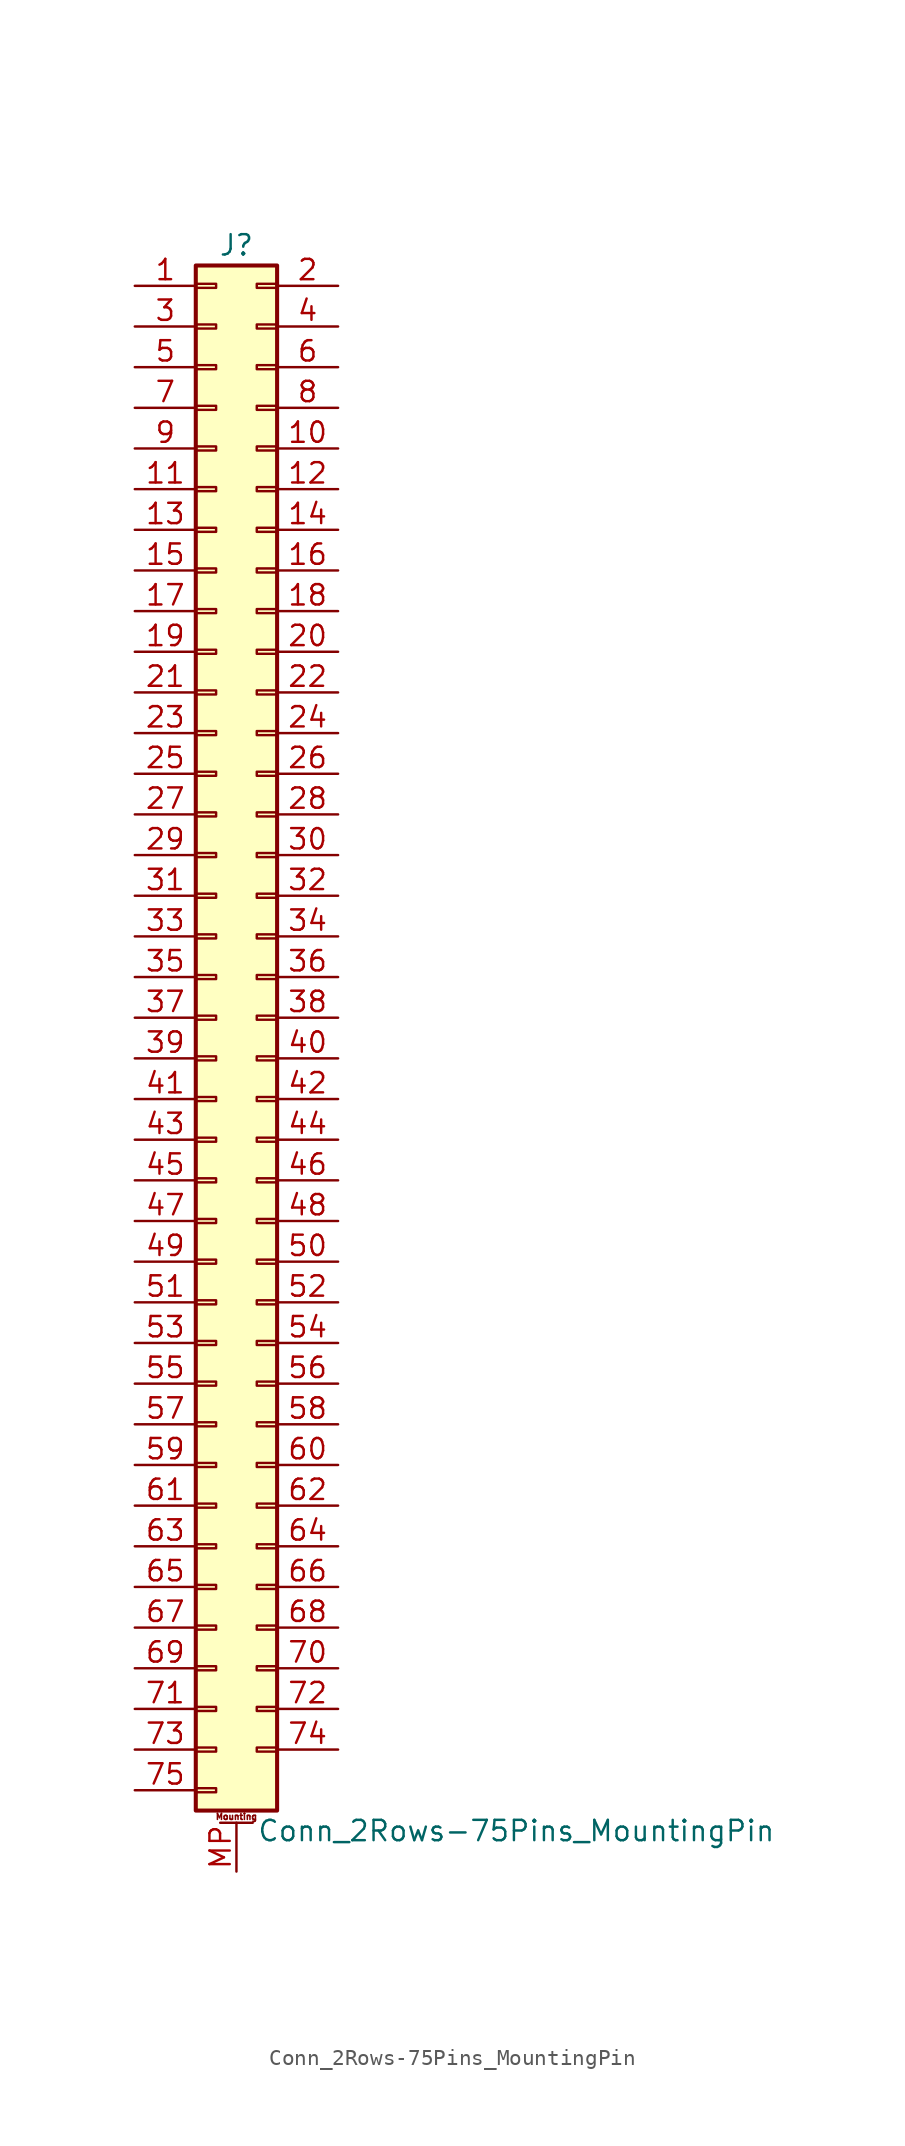
<source format=kicad_sym>
(kicad_symbol_lib
  (version 20200908)
  (generator kicad_symbol_editor)
  (symbol "Connector_Generic_MountingPin:Conn_2Rows-75Pins_MountingPin"
    (pin_names
      (offset 1.016) hide)
    (property "Reference" "J"
      (at 1.27 48.26 0)
      (effects (font (size 1.27 1.27))))
    (property "Value" "Conn_2Rows-75Pins_MountingPin"
      (at 2.54 -50.8 0)
      (effects (font (size 1.27 1.27)) (justify left)))
    (symbol "Conn_2Rows-75Pins_MountingPin_1_1"
      (text "Mounting" (at 1.27 -49.911 0) (effects (font (size 0.381 0.381))))
      (rectangle (start -1.27 -27.813) (end 0 -28.067) (stroke (width 0.152)) (fill (type none)))
      (rectangle (start -1.27 -30.353) (end 0 -30.607) (stroke (width 0.152)) (fill (type none)))
      (rectangle (start -1.27 -32.893) (end 0 -33.147) (stroke (width 0.152)) (fill (type none)))
      (rectangle (start -1.27 -35.433) (end 0 -35.687) (stroke (width 0.152)) (fill (type none)))
      (rectangle (start -1.27 -37.973) (end 0 -38.227) (stroke (width 0.152)) (fill (type none)))
      (rectangle (start -1.27 -40.513) (end 0 -40.767) (stroke (width 0.152)) (fill (type none)))
      (rectangle (start -1.27 -43.053) (end 0 -43.307) (stroke (width 0.152)) (fill (type none)))
      (rectangle (start -1.27 -45.593) (end 0 -45.847) (stroke (width 0.152)) (fill (type none)))
      (rectangle (start -1.27 -48.133) (end 0 -48.387) (stroke (width 0.152)) (fill (type none)))
      (rectangle (start -1.27 -4.953) (end 0 -5.207) (stroke (width 0.152)) (fill (type none)))
      (rectangle (start -1.27 -7.493) (end 0 -7.747) (stroke (width 0.152)) (fill (type none)))
      (rectangle (start -1.27 -10.033) (end 0 -10.287) (stroke (width 0.152)) (fill (type none)))
      (rectangle (start -1.27 -12.573) (end 0 -12.827) (stroke (width 0.152)) (fill (type none)))
      (rectangle (start -1.27 -15.113) (end 0 -15.367) (stroke (width 0.152)) (fill (type none)))
      (rectangle (start -1.27 -17.653) (end 0 -17.907) (stroke (width 0.152)) (fill (type none)))
      (rectangle (start -1.27 -20.193) (end 0 -20.447) (stroke (width 0.152)) (fill (type none)))
      (rectangle (start -1.27 -22.733) (end 0 -22.987) (stroke (width 0.152)) (fill (type none)))
      (rectangle (start -1.27 -2.413) (end 0 -2.667) (stroke (width 0.152)) (fill (type none)))
      (rectangle (start -1.27 -25.273) (end 0 -25.527) (stroke (width 0.152)) (fill (type none)))
      (rectangle (start -1.27 25.527) (end 0 25.273) (stroke (width 0.152)) (fill (type none)))
      (rectangle (start -1.27 2.667) (end 0 2.413) (stroke (width 0.152)) (fill (type none)))
      (rectangle (start -1.27 28.067) (end 0 27.813) (stroke (width 0.152)) (fill (type none)))
      (rectangle (start -1.27 30.607) (end 0 30.353) (stroke (width 0.152)) (fill (type none)))
      (rectangle (start -1.27 33.147) (end 0 32.893) (stroke (width 0.152)) (fill (type none)))
      (rectangle (start -1.27 35.687) (end 0 35.433) (stroke (width 0.152)) (fill (type none)))
      (rectangle (start -1.27 38.227) (end 0 37.973) (stroke (width 0.152)) (fill (type none)))
      (rectangle (start -1.27 40.767) (end 0 40.513) (stroke (width 0.152)) (fill (type none)))
      (rectangle (start -1.27 43.307) (end 0 43.053) (stroke (width 0.152)) (fill (type none)))
      (rectangle (start -1.27 45.847) (end 0 45.593) (stroke (width 0.152)) (fill (type none)))
      (rectangle (start -1.27 46.99) (end 3.81 -49.53) (stroke (width 0.254)) (fill (type background)))
      (rectangle (start -1.27 5.207) (end 0 4.953) (stroke (width 0.152)) (fill (type none)))
      (rectangle (start -1.27 7.747) (end 0 7.493) (stroke (width 0.152)) (fill (type none)))
      (rectangle (start -1.27 10.287) (end 0 10.033) (stroke (width 0.152)) (fill (type none)))
      (rectangle (start -1.27 0.127) (end 0 -0.127) (stroke (width 0.152)) (fill (type none)))
      (rectangle (start -1.27 12.827) (end 0 12.573) (stroke (width 0.152)) (fill (type none)))
      (rectangle (start -1.27 15.367) (end 0 15.113) (stroke (width 0.152)) (fill (type none)))
      (rectangle (start -1.27 17.907) (end 0 17.653) (stroke (width 0.152)) (fill (type none)))
      (rectangle (start -1.27 20.447) (end 0 20.193) (stroke (width 0.152)) (fill (type none)))
      (rectangle (start -1.27 22.987) (end 0 22.733) (stroke (width 0.152)) (fill (type none)))
      (rectangle (start 3.81 -27.813) (end 2.54 -28.067) (stroke (width 0.152)) (fill (type none)))
      (rectangle (start 3.81 -30.353) (end 2.54 -30.607) (stroke (width 0.152)) (fill (type none)))
      (rectangle (start 3.81 -32.893) (end 2.54 -33.147) (stroke (width 0.152)) (fill (type none)))
      (rectangle (start 3.81 -35.433) (end 2.54 -35.687) (stroke (width 0.152)) (fill (type none)))
      (rectangle (start 3.81 -37.973) (end 2.54 -38.227) (stroke (width 0.152)) (fill (type none)))
      (rectangle (start 3.81 -40.513) (end 2.54 -40.767) (stroke (width 0.152)) (fill (type none)))
      (rectangle (start 3.81 -43.053) (end 2.54 -43.307) (stroke (width 0.152)) (fill (type none)))
      (rectangle (start 3.81 -45.593) (end 2.54 -45.847) (stroke (width 0.152)) (fill (type none)))
      (rectangle (start 3.81 -4.953) (end 2.54 -5.207) (stroke (width 0.152)) (fill (type none)))
      (rectangle (start 3.81 -7.493) (end 2.54 -7.747) (stroke (width 0.152)) (fill (type none)))
      (rectangle (start 3.81 -10.033) (end 2.54 -10.287) (stroke (width 0.152)) (fill (type none)))
      (rectangle (start 3.81 -12.573) (end 2.54 -12.827) (stroke (width 0.152)) (fill (type none)))
      (rectangle (start 3.81 -15.113) (end 2.54 -15.367) (stroke (width 0.152)) (fill (type none)))
      (rectangle (start 3.81 -17.653) (end 2.54 -17.907) (stroke (width 0.152)) (fill (type none)))
      (rectangle (start 3.81 -20.193) (end 2.54 -20.447) (stroke (width 0.152)) (fill (type none)))
      (rectangle (start 3.81 -22.733) (end 2.54 -22.987) (stroke (width 0.152)) (fill (type none)))
      (rectangle (start 3.81 -2.413) (end 2.54 -2.667) (stroke (width 0.152)) (fill (type none)))
      (rectangle (start 3.81 -25.273) (end 2.54 -25.527) (stroke (width 0.152)) (fill (type none)))
      (rectangle (start 3.81 25.527) (end 2.54 25.273) (stroke (width 0.152)) (fill (type none)))
      (rectangle (start 3.81 2.667) (end 2.54 2.413) (stroke (width 0.152)) (fill (type none)))
      (rectangle (start 3.81 28.067) (end 2.54 27.813) (stroke (width 0.152)) (fill (type none)))
      (rectangle (start 3.81 30.607) (end 2.54 30.353) (stroke (width 0.152)) (fill (type none)))
      (rectangle (start 3.81 33.147) (end 2.54 32.893) (stroke (width 0.152)) (fill (type none)))
      (rectangle (start 3.81 35.687) (end 2.54 35.433) (stroke (width 0.152)) (fill (type none)))
      (rectangle (start 3.81 38.227) (end 2.54 37.973) (stroke (width 0.152)) (fill (type none)))
      (rectangle (start 3.81 40.767) (end 2.54 40.513) (stroke (width 0.152)) (fill (type none)))
      (rectangle (start 3.81 43.307) (end 2.54 43.053) (stroke (width 0.152)) (fill (type none)))
      (rectangle (start 3.81 45.847) (end 2.54 45.593) (stroke (width 0.152)) (fill (type none)))
      (rectangle (start 3.81 5.207) (end 2.54 4.953) (stroke (width 0.152)) (fill (type none)))
      (rectangle (start 3.81 7.747) (end 2.54 7.493) (stroke (width 0.152)) (fill (type none)))
      (rectangle (start 3.81 10.287) (end 2.54 10.033) (stroke (width 0.152)) (fill (type none)))
      (rectangle (start 3.81 0.127) (end 2.54 -0.127) (stroke (width 0.152)) (fill (type none)))
      (rectangle (start 3.81 12.827) (end 2.54 12.573) (stroke (width 0.152)) (fill (type none)))
      (rectangle (start 3.81 15.367) (end 2.54 15.113) (stroke (width 0.152)) (fill (type none)))
      (rectangle (start 3.81 17.907) (end 2.54 17.653) (stroke (width 0.152)) (fill (type none)))
      (rectangle (start 3.81 20.447) (end 2.54 20.193) (stroke (width 0.152)) (fill (type none)))
      (rectangle (start 3.81 22.987) (end 2.54 22.733) (stroke (width 0.152)) (fill (type none)))
      (polyline (pts (xy 0.254 -50.292) (xy 2.286 -50.292)) (stroke (width 0.152)) (fill (type none)))
      (pin passive line (at 1.27 -53.34 90) (length 3.048) (name "MountPin" (effects (font (size 1.27 1.27)))) (number "MP" (effects (font (size 1.27 1.27)))))
      (pin passive line (at -5.08 45.72 0) (length 3.81) (name "Pin_1" (effects (font (size 1.27 1.27)))) (number "1" (effects (font (size 1.27 1.27)))))
      (pin passive line (at 7.62 35.56 180) (length 3.81) (name "Pin_10" (effects (font (size 1.27 1.27)))) (number "10" (effects (font (size 1.27 1.27)))))
      (pin passive line (at -5.08 33.02 0) (length 3.81) (name "Pin_11" (effects (font (size 1.27 1.27)))) (number "11" (effects (font (size 1.27 1.27)))))
      (pin passive line (at 7.62 33.02 180) (length 3.81) (name "Pin_12" (effects (font (size 1.27 1.27)))) (number "12" (effects (font (size 1.27 1.27)))))
      (pin passive line (at -5.08 30.48 0) (length 3.81) (name "Pin_13" (effects (font (size 1.27 1.27)))) (number "13" (effects (font (size 1.27 1.27)))))
      (pin passive line (at 7.62 30.48 180) (length 3.81) (name "Pin_14" (effects (font (size 1.27 1.27)))) (number "14" (effects (font (size 1.27 1.27)))))
      (pin passive line (at -5.08 27.94 0) (length 3.81) (name "Pin_15" (effects (font (size 1.27 1.27)))) (number "15" (effects (font (size 1.27 1.27)))))
      (pin passive line (at 7.62 27.94 180) (length 3.81) (name "Pin_16" (effects (font (size 1.27 1.27)))) (number "16" (effects (font (size 1.27 1.27)))))
      (pin passive line (at -5.08 25.4 0) (length 3.81) (name "Pin_17" (effects (font (size 1.27 1.27)))) (number "17" (effects (font (size 1.27 1.27)))))
      (pin passive line (at 7.62 25.4 180) (length 3.81) (name "Pin_18" (effects (font (size 1.27 1.27)))) (number "18" (effects (font (size 1.27 1.27)))))
      (pin passive line (at -5.08 22.86 0) (length 3.81) (name "Pin_19" (effects (font (size 1.27 1.27)))) (number "19" (effects (font (size 1.27 1.27)))))
      (pin passive line (at 7.62 45.72 180) (length 3.81) (name "Pin_2" (effects (font (size 1.27 1.27)))) (number "2" (effects (font (size 1.27 1.27)))))
      (pin passive line (at 7.62 22.86 180) (length 3.81) (name "Pin_20" (effects (font (size 1.27 1.27)))) (number "20" (effects (font (size 1.27 1.27)))))
      (pin passive line (at -5.08 20.32 0) (length 3.81) (name "Pin_21" (effects (font (size 1.27 1.27)))) (number "21" (effects (font (size 1.27 1.27)))))
      (pin passive line (at 7.62 20.32 180) (length 3.81) (name "Pin_22" (effects (font (size 1.27 1.27)))) (number "22" (effects (font (size 1.27 1.27)))))
      (pin passive line (at -5.08 17.78 0) (length 3.81) (name "Pin_23" (effects (font (size 1.27 1.27)))) (number "23" (effects (font (size 1.27 1.27)))))
      (pin passive line (at 7.62 17.78 180) (length 3.81) (name "Pin_24" (effects (font (size 1.27 1.27)))) (number "24" (effects (font (size 1.27 1.27)))))
      (pin passive line (at -5.08 15.24 0) (length 3.81) (name "Pin_25" (effects (font (size 1.27 1.27)))) (number "25" (effects (font (size 1.27 1.27)))))
      (pin passive line (at 7.62 15.24 180) (length 3.81) (name "Pin_26" (effects (font (size 1.27 1.27)))) (number "26" (effects (font (size 1.27 1.27)))))
      (pin passive line (at -5.08 12.7 0) (length 3.81) (name "Pin_27" (effects (font (size 1.27 1.27)))) (number "27" (effects (font (size 1.27 1.27)))))
      (pin passive line (at 7.62 12.7 180) (length 3.81) (name "Pin_28" (effects (font (size 1.27 1.27)))) (number "28" (effects (font (size 1.27 1.27)))))
      (pin passive line (at -5.08 10.16 0) (length 3.81) (name "Pin_29" (effects (font (size 1.27 1.27)))) (number "29" (effects (font (size 1.27 1.27)))))
      (pin passive line (at -5.08 43.18 0) (length 3.81) (name "Pin_3" (effects (font (size 1.27 1.27)))) (number "3" (effects (font (size 1.27 1.27)))))
      (pin passive line (at 7.62 10.16 180) (length 3.81) (name "Pin_30" (effects (font (size 1.27 1.27)))) (number "30" (effects (font (size 1.27 1.27)))))
      (pin passive line (at -5.08 7.62 0) (length 3.81) (name "Pin_31" (effects (font (size 1.27 1.27)))) (number "31" (effects (font (size 1.27 1.27)))))
      (pin passive line (at 7.62 7.62 180) (length 3.81) (name "Pin_32" (effects (font (size 1.27 1.27)))) (number "32" (effects (font (size 1.27 1.27)))))
      (pin passive line (at -5.08 5.08 0) (length 3.81) (name "Pin_33" (effects (font (size 1.27 1.27)))) (number "33" (effects (font (size 1.27 1.27)))))
      (pin passive line (at 7.62 5.08 180) (length 3.81) (name "Pin_34" (effects (font (size 1.27 1.27)))) (number "34" (effects (font (size 1.27 1.27)))))
      (pin passive line (at -5.08 2.54 0) (length 3.81) (name "Pin_35" (effects (font (size 1.27 1.27)))) (number "35" (effects (font (size 1.27 1.27)))))
      (pin passive line (at 7.62 2.54 180) (length 3.81) (name "Pin_36" (effects (font (size 1.27 1.27)))) (number "36" (effects (font (size 1.27 1.27)))))
      (pin passive line (at -5.08 0 0) (length 3.81) (name "Pin_37" (effects (font (size 1.27 1.27)))) (number "37" (effects (font (size 1.27 1.27)))))
      (pin passive line (at 7.62 0 180) (length 3.81) (name "Pin_38" (effects (font (size 1.27 1.27)))) (number "38" (effects (font (size 1.27 1.27)))))
      (pin passive line (at -5.08 -2.54 0) (length 3.81) (name "Pin_39" (effects (font (size 1.27 1.27)))) (number "39" (effects (font (size 1.27 1.27)))))
      (pin passive line (at 7.62 43.18 180) (length 3.81) (name "Pin_4" (effects (font (size 1.27 1.27)))) (number "4" (effects (font (size 1.27 1.27)))))
      (pin passive line (at 7.62 -2.54 180) (length 3.81) (name "Pin_40" (effects (font (size 1.27 1.27)))) (number "40" (effects (font (size 1.27 1.27)))))
      (pin passive line (at -5.08 -5.08 0) (length 3.81) (name "Pin_41" (effects (font (size 1.27 1.27)))) (number "41" (effects (font (size 1.27 1.27)))))
      (pin passive line (at 7.62 -5.08 180) (length 3.81) (name "Pin_42" (effects (font (size 1.27 1.27)))) (number "42" (effects (font (size 1.27 1.27)))))
      (pin passive line (at -5.08 -7.62 0) (length 3.81) (name "Pin_43" (effects (font (size 1.27 1.27)))) (number "43" (effects (font (size 1.27 1.27)))))
      (pin passive line (at 7.62 -7.62 180) (length 3.81) (name "Pin_44" (effects (font (size 1.27 1.27)))) (number "44" (effects (font (size 1.27 1.27)))))
      (pin passive line (at -5.08 -10.16 0) (length 3.81) (name "Pin_45" (effects (font (size 1.27 1.27)))) (number "45" (effects (font (size 1.27 1.27)))))
      (pin passive line (at 7.62 -10.16 180) (length 3.81) (name "Pin_46" (effects (font (size 1.27 1.27)))) (number "46" (effects (font (size 1.27 1.27)))))
      (pin passive line (at -5.08 -12.7 0) (length 3.81) (name "Pin_47" (effects (font (size 1.27 1.27)))) (number "47" (effects (font (size 1.27 1.27)))))
      (pin passive line (at 7.62 -12.7 180) (length 3.81) (name "Pin_48" (effects (font (size 1.27 1.27)))) (number "48" (effects (font (size 1.27 1.27)))))
      (pin passive line (at -5.08 -15.24 0) (length 3.81) (name "Pin_49" (effects (font (size 1.27 1.27)))) (number "49" (effects (font (size 1.27 1.27)))))
      (pin passive line (at -5.08 40.64 0) (length 3.81) (name "Pin_5" (effects (font (size 1.27 1.27)))) (number "5" (effects (font (size 1.27 1.27)))))
      (pin passive line (at 7.62 -15.24 180) (length 3.81) (name "Pin_50" (effects (font (size 1.27 1.27)))) (number "50" (effects (font (size 1.27 1.27)))))
      (pin passive line (at -5.08 -17.78 0) (length 3.81) (name "Pin_51" (effects (font (size 1.27 1.27)))) (number "51" (effects (font (size 1.27 1.27)))))
      (pin passive line (at 7.62 -17.78 180) (length 3.81) (name "Pin_52" (effects (font (size 1.27 1.27)))) (number "52" (effects (font (size 1.27 1.27)))))
      (pin passive line (at -5.08 -20.32 0) (length 3.81) (name "Pin_53" (effects (font (size 1.27 1.27)))) (number "53" (effects (font (size 1.27 1.27)))))
      (pin passive line (at 7.62 -20.32 180) (length 3.81) (name "Pin_54" (effects (font (size 1.27 1.27)))) (number "54" (effects (font (size 1.27 1.27)))))
      (pin passive line (at -5.08 -22.86 0) (length 3.81) (name "Pin_55" (effects (font (size 1.27 1.27)))) (number "55" (effects (font (size 1.27 1.27)))))
      (pin passive line (at 7.62 -22.86 180) (length 3.81) (name "Pin_56" (effects (font (size 1.27 1.27)))) (number "56" (effects (font (size 1.27 1.27)))))
      (pin passive line (at -5.08 -25.4 0) (length 3.81) (name "Pin_57" (effects (font (size 1.27 1.27)))) (number "57" (effects (font (size 1.27 1.27)))))
      (pin passive line (at 7.62 -25.4 180) (length 3.81) (name "Pin_58" (effects (font (size 1.27 1.27)))) (number "58" (effects (font (size 1.27 1.27)))))
      (pin passive line (at -5.08 -27.94 0) (length 3.81) (name "Pin_59" (effects (font (size 1.27 1.27)))) (number "59" (effects (font (size 1.27 1.27)))))
      (pin passive line (at 7.62 40.64 180) (length 3.81) (name "Pin_6" (effects (font (size 1.27 1.27)))) (number "6" (effects (font (size 1.27 1.27)))))
      (pin passive line (at 7.62 -27.94 180) (length 3.81) (name "Pin_60" (effects (font (size 1.27 1.27)))) (number "60" (effects (font (size 1.27 1.27)))))
      (pin passive line (at -5.08 -30.48 0) (length 3.81) (name "Pin_61" (effects (font (size 1.27 1.27)))) (number "61" (effects (font (size 1.27 1.27)))))
      (pin passive line (at 7.62 -30.48 180) (length 3.81) (name "Pin_62" (effects (font (size 1.27 1.27)))) (number "62" (effects (font (size 1.27 1.27)))))
      (pin passive line (at -5.08 -33.02 0) (length 3.81) (name "Pin_63" (effects (font (size 1.27 1.27)))) (number "63" (effects (font (size 1.27 1.27)))))
      (pin passive line (at 7.62 -33.02 180) (length 3.81) (name "Pin_64" (effects (font (size 1.27 1.27)))) (number "64" (effects (font (size 1.27 1.27)))))
      (pin passive line (at -5.08 -35.56 0) (length 3.81) (name "Pin_65" (effects (font (size 1.27 1.27)))) (number "65" (effects (font (size 1.27 1.27)))))
      (pin passive line (at 7.62 -35.56 180) (length 3.81) (name "Pin_66" (effects (font (size 1.27 1.27)))) (number "66" (effects (font (size 1.27 1.27)))))
      (pin passive line (at -5.08 -38.1 0) (length 3.81) (name "Pin_67" (effects (font (size 1.27 1.27)))) (number "67" (effects (font (size 1.27 1.27)))))
      (pin passive line (at 7.62 -38.1 180) (length 3.81) (name "Pin_68" (effects (font (size 1.27 1.27)))) (number "68" (effects (font (size 1.27 1.27)))))
      (pin passive line (at -5.08 -40.64 0) (length 3.81) (name "Pin_69" (effects (font (size 1.27 1.27)))) (number "69" (effects (font (size 1.27 1.27)))))
      (pin passive line (at -5.08 38.1 0) (length 3.81) (name "Pin_7" (effects (font (size 1.27 1.27)))) (number "7" (effects (font (size 1.27 1.27)))))
      (pin passive line (at 7.62 -40.64 180) (length 3.81) (name "Pin_70" (effects (font (size 1.27 1.27)))) (number "70" (effects (font (size 1.27 1.27)))))
      (pin passive line (at -5.08 -43.18 0) (length 3.81) (name "Pin_71" (effects (font (size 1.27 1.27)))) (number "71" (effects (font (size 1.27 1.27)))))
      (pin passive line (at 7.62 -43.18 180) (length 3.81) (name "Pin_72" (effects (font (size 1.27 1.27)))) (number "72" (effects (font (size 1.27 1.27)))))
      (pin passive line (at -5.08 -45.72 0) (length 3.81) (name "Pin_73" (effects (font (size 1.27 1.27)))) (number "73" (effects (font (size 1.27 1.27)))))
      (pin passive line (at 7.62 -45.72 180) (length 3.81) (name "Pin_74" (effects (font (size 1.27 1.27)))) (number "74" (effects (font (size 1.27 1.27)))))
      (pin passive line (at -5.08 -48.26 0) (length 3.81) (name "Pin_75" (effects (font (size 1.27 1.27)))) (number "75" (effects (font (size 1.27 1.27)))))
      (pin passive line (at 7.62 38.1 180) (length 3.81) (name "Pin_8" (effects (font (size 1.27 1.27)))) (number "8" (effects (font (size 1.27 1.27)))))
      (pin passive line (at -5.08 35.56 0) (length 3.81) (name "Pin_9" (effects (font (size 1.27 1.27)))) (number "9" (effects (font (size 1.27 1.27))))))))
</source>
